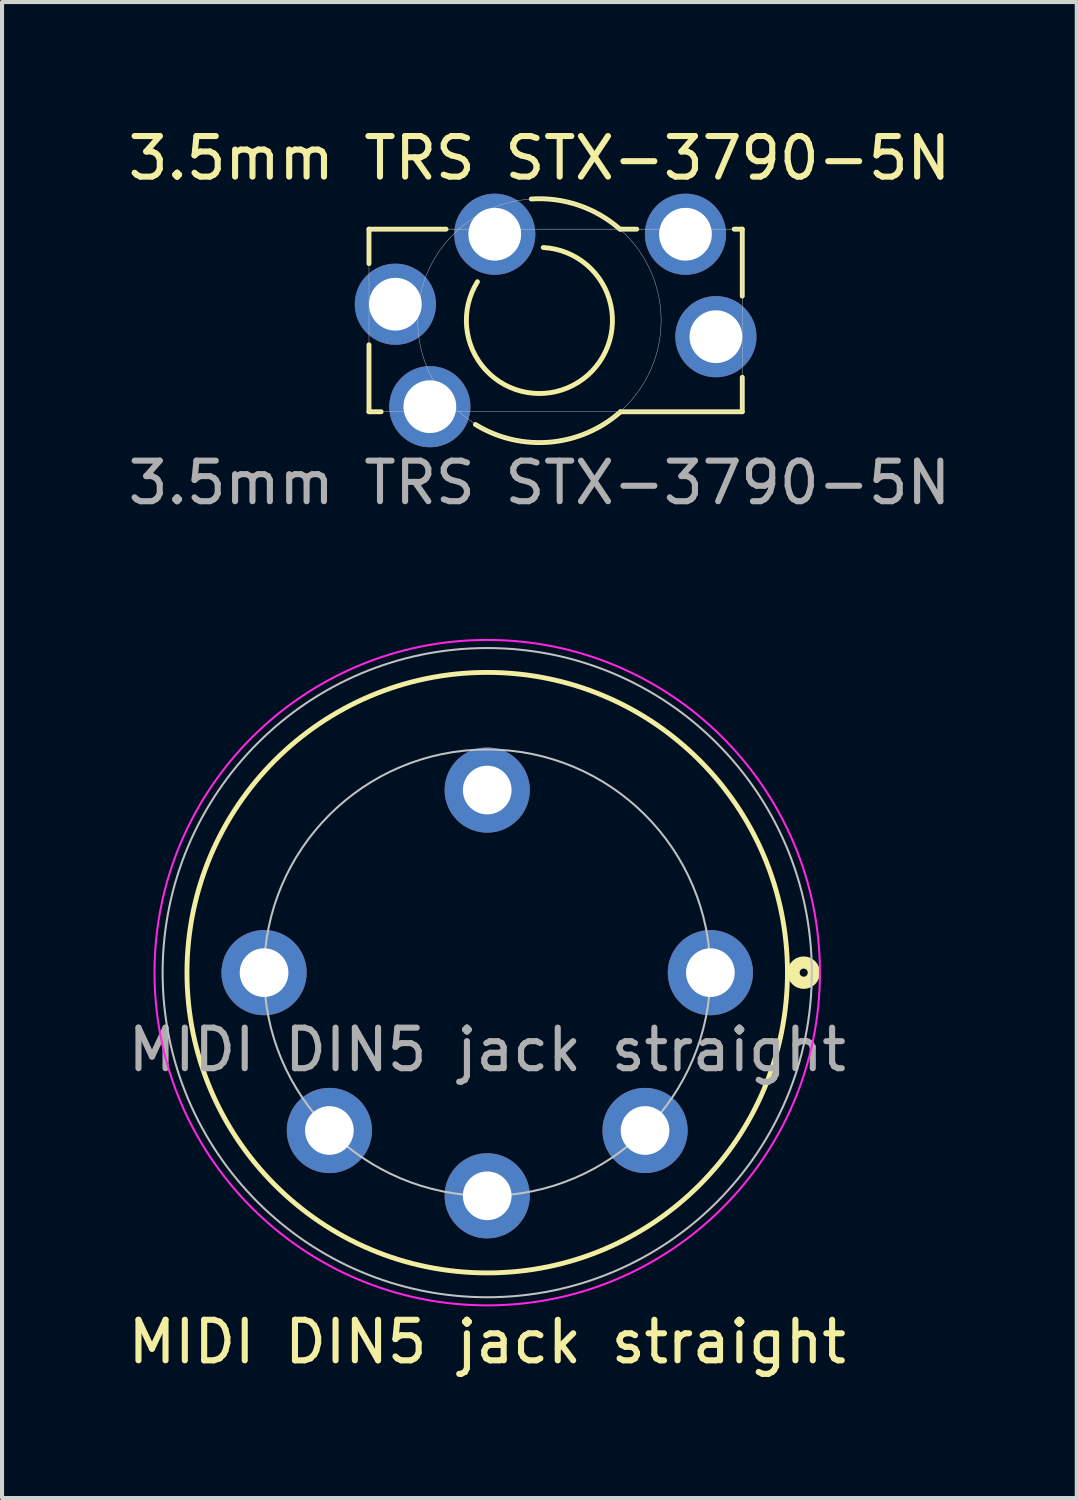
<source format=kicad_pcb>
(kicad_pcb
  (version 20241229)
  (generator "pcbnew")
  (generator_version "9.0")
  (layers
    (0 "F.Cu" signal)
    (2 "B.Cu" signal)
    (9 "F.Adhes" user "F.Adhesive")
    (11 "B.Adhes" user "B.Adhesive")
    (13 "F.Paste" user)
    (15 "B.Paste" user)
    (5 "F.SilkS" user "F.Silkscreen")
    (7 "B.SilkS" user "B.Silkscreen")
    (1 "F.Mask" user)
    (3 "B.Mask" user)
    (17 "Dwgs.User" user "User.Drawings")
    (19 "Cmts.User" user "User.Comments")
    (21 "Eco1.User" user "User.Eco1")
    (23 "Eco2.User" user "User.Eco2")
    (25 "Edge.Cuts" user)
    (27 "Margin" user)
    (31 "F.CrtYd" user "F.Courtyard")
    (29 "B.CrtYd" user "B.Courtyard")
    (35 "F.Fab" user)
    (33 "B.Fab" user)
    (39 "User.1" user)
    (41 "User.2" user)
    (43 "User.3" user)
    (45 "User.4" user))
  (footprint "MIDI DIN5 jack straight"
    (layer "F.Cu")
    (at 8.958 20.922)
    (property "Reference" "MIDI DIN5 jack straight" (at 0 9.1 0) (unlocked yes) (layer "F.SilkS") (effects (font (size 1 1) (thickness 0.15))))
    (attr through_hole)
    (fp_circle (center 0 0) (end 7.4 0) (stroke (width 0.12) (type solid)) (fill no) (layer "F.SilkS"))
    (fp_circle (center 7.8 0) (end 7.9 0) (stroke (width 0.3) (type solid)) (fill no) (layer "F.SilkS"))
    (fp_circle (center 0 0) (end 5.5 0) (stroke (width 0.05) (type solid)) (fill no) (layer "Dwgs.User"))
    (fp_circle (center 0 0) (end 8 0) (stroke (width 0.05) (type solid)) (fill no) (layer "Dwgs.User"))
    (fp_circle (center 0 0) (end 8.2 0) (stroke (width 0.05) (type solid)) (fill no) (layer "F.CrtYd"))
    (fp_text user "${REFERENCE}" (at 0 1.9 0) (unlocked yes) (layer "F.Fab") (effects (font (size 1 1) (thickness 0.15))))
    (pad "1" thru_hole circle (at 5.5 0) (size 2.1 2.1) (drill 1.2) (layers "*.Cu" "*.Mask"))
    (pad "2" thru_hole circle (at 0 5.5) (size 2.1 2.1) (drill 1.2) (layers "*.Cu" "*.Mask"))
    (pad "3" thru_hole circle (at -5.5 0) (size 2.1 2.1) (drill 1.2) (layers "*.Cu" "*.Mask"))
    (pad "4" thru_hole circle (at 3.89 3.89) (size 2.1 2.1) (drill 1.2) (layers "*.Cu" "*.Mask"))
    (pad "5" thru_hole circle (at -3.89 3.89) (size 2.1 2.1) (drill 1.2) (layers "*.Cu" "*.Mask"))
    (pad "S" thru_hole circle (at 0 -4.5) (size 2.1 2.1) (drill 1.2) (layers "*.Cu" "*.Mask")))
  (footprint "3.5mm TRS STX-3790-5N"
    (layer "F.Cu")
    (at 10.244 4.848)
    (property "Reference" "3.5mm TRS STX-3790-5N" (at 0 -4 0) (unlocked yes) (layer "F.SilkS") (effects (font (size 1 1) (thickness 0.15))))
    (attr through_hole)
    (fp_line (start -4.2 -2.25) (end -2.3 -2.25) (stroke (width 0.12) (type solid)) (layer "F.SilkS"))
    (fp_line (start -4.2 -1.4) (end -4.2 -2.25) (stroke (width 0.12) (type solid)) (layer "F.SilkS"))
    (fp_line (start -4.2 0.6) (end -4.2 2.25) (stroke (width 0.12) (type solid)) (layer "F.SilkS"))
    (fp_line (start -4.2 2.25) (end -3.9 2.25) (stroke (width 0.12) (type solid)) (layer "F.SilkS"))
    (fp_line (start 2 -2.25) (end 2.4 -2.25) (stroke (width 0.12) (type solid)) (layer "F.SilkS"))
    (fp_line (start 5 -2.25) (end 4.8 -2.25) (stroke (width 0.12) (type solid)) (layer "F.SilkS"))
    (fp_line (start 5 -0.6) (end 5 -2.25) (stroke (width 0.12) (type solid)) (layer "F.SilkS"))
    (fp_line (start 5 2.25) (end 2 2.25) (stroke (width 0.12) (type solid)) (layer "F.SilkS"))
    (fp_line (start 5 2.25) (end 5 1.4) (stroke (width 0.12) (type solid)) (layer "F.SilkS"))
    (fp_arc (start -0.200634 -2.993231) (mid 0.966233 -2.840085) (end 1.984399 -2.249856) (stroke (width 0.12) (type solid)) (layer "F.SilkS"))
    (fp_arc (start 0.094688 -1.797821) (mid 0.831009 1.597044) (end -1.526662 -0.954164) (stroke (width 0.12) (type solid)) (layer "F.SilkS"))
    (fp_arc (start 2 2.25) (mid 0.263055 2.998883) (end -1.577742 2.56383) (stroke (width 0.12) (type solid)) (layer "F.SilkS"))
    (fp_rect (start -4.2 2.25) (end 5 -2.25) (stroke (width 0.01) (type solid)) (fill no) (layer "Dwgs.User"))
    (fp_circle (center 0 0) (end 3 0) (stroke (width 0.01) (type solid)) (fill no) (layer "Dwgs.User"))
    (fp_text user "${REFERENCE}" (at 0 4 0) (unlocked yes) (layer "F.Fab") (effects (font (size 1 1) (thickness 0.15))))
    (pad "1" thru_hole circle (at -3.55 -0.4) (size 2 2) (drill 1.3) (layers "*.Cu" "*.Mask"))
    (pad "2" thru_hole circle (at -2.7 2.125) (size 2 2) (drill 1.3) (layers "*.Cu" "*.Mask"))
    (pad "3" thru_hole circle (at 3.6 -2.125) (size 2 2) (drill 1.3) (layers "*.Cu" "*.Mask"))
    (pad "4" thru_hole circle (at 4.35 0.4) (size 2 2) (drill 1.3) (layers "*.Cu" "*.Mask"))
    (pad "5" thru_hole circle (at -1.1 -2.125) (size 2 2) (drill 1.3) (layers "*.Cu" "*.Mask")))
  (gr_rect
    (start -3 -3)
    (end 23.488 33.87)
    (stroke (width 0.1) (type default))
    (fill no)
    (layer "Edge.Cuts")))
</source>
